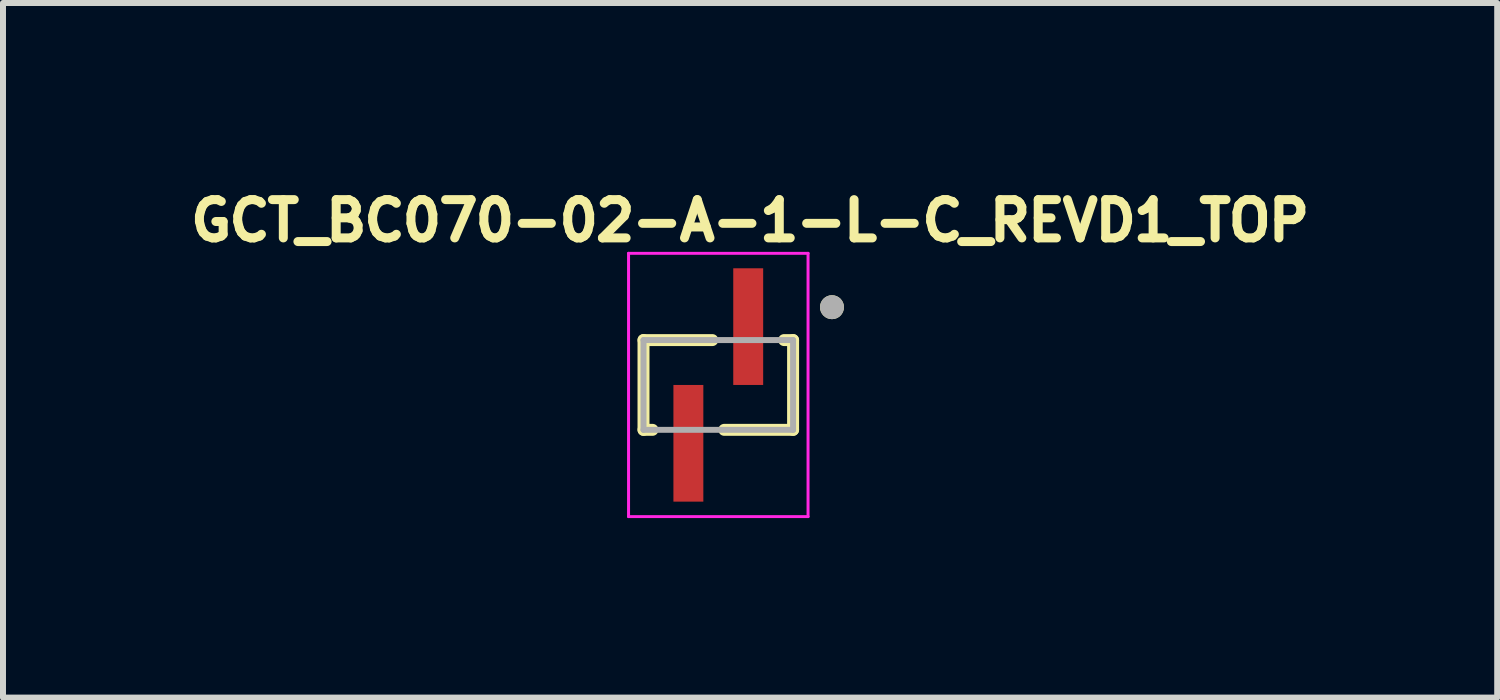
<source format=kicad_pcb>
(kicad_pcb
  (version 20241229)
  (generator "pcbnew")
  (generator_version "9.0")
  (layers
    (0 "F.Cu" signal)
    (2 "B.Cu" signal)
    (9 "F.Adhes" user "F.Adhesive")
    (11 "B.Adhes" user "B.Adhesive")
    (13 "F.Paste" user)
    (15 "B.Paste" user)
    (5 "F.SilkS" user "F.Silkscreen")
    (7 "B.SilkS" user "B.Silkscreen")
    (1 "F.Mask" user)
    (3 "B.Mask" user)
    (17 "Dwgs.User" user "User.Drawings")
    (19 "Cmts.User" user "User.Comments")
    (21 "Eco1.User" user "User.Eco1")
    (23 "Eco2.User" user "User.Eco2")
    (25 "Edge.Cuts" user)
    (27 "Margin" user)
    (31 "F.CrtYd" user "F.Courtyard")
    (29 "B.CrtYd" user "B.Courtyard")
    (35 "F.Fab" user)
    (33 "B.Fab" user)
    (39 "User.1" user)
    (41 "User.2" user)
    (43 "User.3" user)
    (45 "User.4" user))
  (footprint "GCT_BC070-02-A-1-L-C_REVD1_TOP"
    (layer "F.Cu")
    (at 8.955 3.384)
    (property "Reference" "GCT_BC070-02-A-1-L-C_REVD1_TOP" (at 0.532 -2.746 0) (layer "F.SilkS") (effects (font (size 0.64 0.64) (thickness 0.15))))
    (attr smd)
    (fp_line (start -1.25 -0.75) (end -0.1 -0.75) (stroke (width 0.2) (type solid)) (layer "F.SilkS"))
    (fp_line (start -1.25 0.75) (end -1.25 -0.75) (stroke (width 0.2) (type solid)) (layer "F.SilkS"))
    (fp_line (start -1.1 0.75) (end -1.25 0.75) (stroke (width 0.2) (type solid)) (layer "F.SilkS"))
    (fp_line (start 1.1 -0.75) (end 1.25 -0.75) (stroke (width 0.2) (type solid)) (layer "F.SilkS"))
    (fp_line (start 1.25 -0.75) (end 1.25 0.75) (stroke (width 0.2) (type solid)) (layer "F.SilkS"))
    (fp_line (start 1.25 0.75) (end 0.1 0.75) (stroke (width 0.2) (type solid)) (layer "F.SilkS"))
    (fp_circle (center 1.9 -1.3) (end 2 -1.3) (stroke (width 0.2) (type solid)) (fill no) (layer "F.SilkS"))
    (fp_line (start -1.5 -2.2) (end 1.5 -2.2) (stroke (width 0.05) (type solid)) (layer "F.CrtYd"))
    (fp_line (start -1.5 2.2) (end -1.5 -2.2) (stroke (width 0.05) (type solid)) (layer "F.CrtYd"))
    (fp_line (start 1.5 -2.2) (end 1.5 2.2) (stroke (width 0.05) (type solid)) (layer "F.CrtYd"))
    (fp_line (start 1.5 2.2) (end -1.5 2.2) (stroke (width 0.05) (type solid)) (layer "F.CrtYd"))
    (fp_line (start -1.25 -0.75) (end 1.25 -0.75) (stroke (width 0.1) (type solid)) (layer "F.Fab"))
    (fp_line (start -1.25 0.75) (end -1.25 -0.75) (stroke (width 0.1) (type solid)) (layer "F.Fab"))
    (fp_line (start 1.25 -0.75) (end 1.25 0.75) (stroke (width 0.1) (type solid)) (layer "F.Fab"))
    (fp_line (start 1.25 0.75) (end -1.25 0.75) (stroke (width 0.1) (type solid)) (layer "F.Fab"))
    (fp_circle (center 1.9 -1.3) (end 2 -1.3) (stroke (width 0.2) (type solid)) (fill no) (layer "F.Fab"))
    (pad "1" smd rect (at 0.5 -0.975) (size 0.5 1.95) (layers "F.Cu" "F.Mask" "F.Paste"))
    (pad "2" smd rect (at -0.5 0.975) (size 0.5 1.95) (layers "F.Cu" "F.Mask" "F.Paste")))
  (gr_rect
    (start -3 -3)
    (end 21.973 8.609)
    (stroke (width 0.1) (type default))
    (fill no)
    (layer "Edge.Cuts")))
</source>
